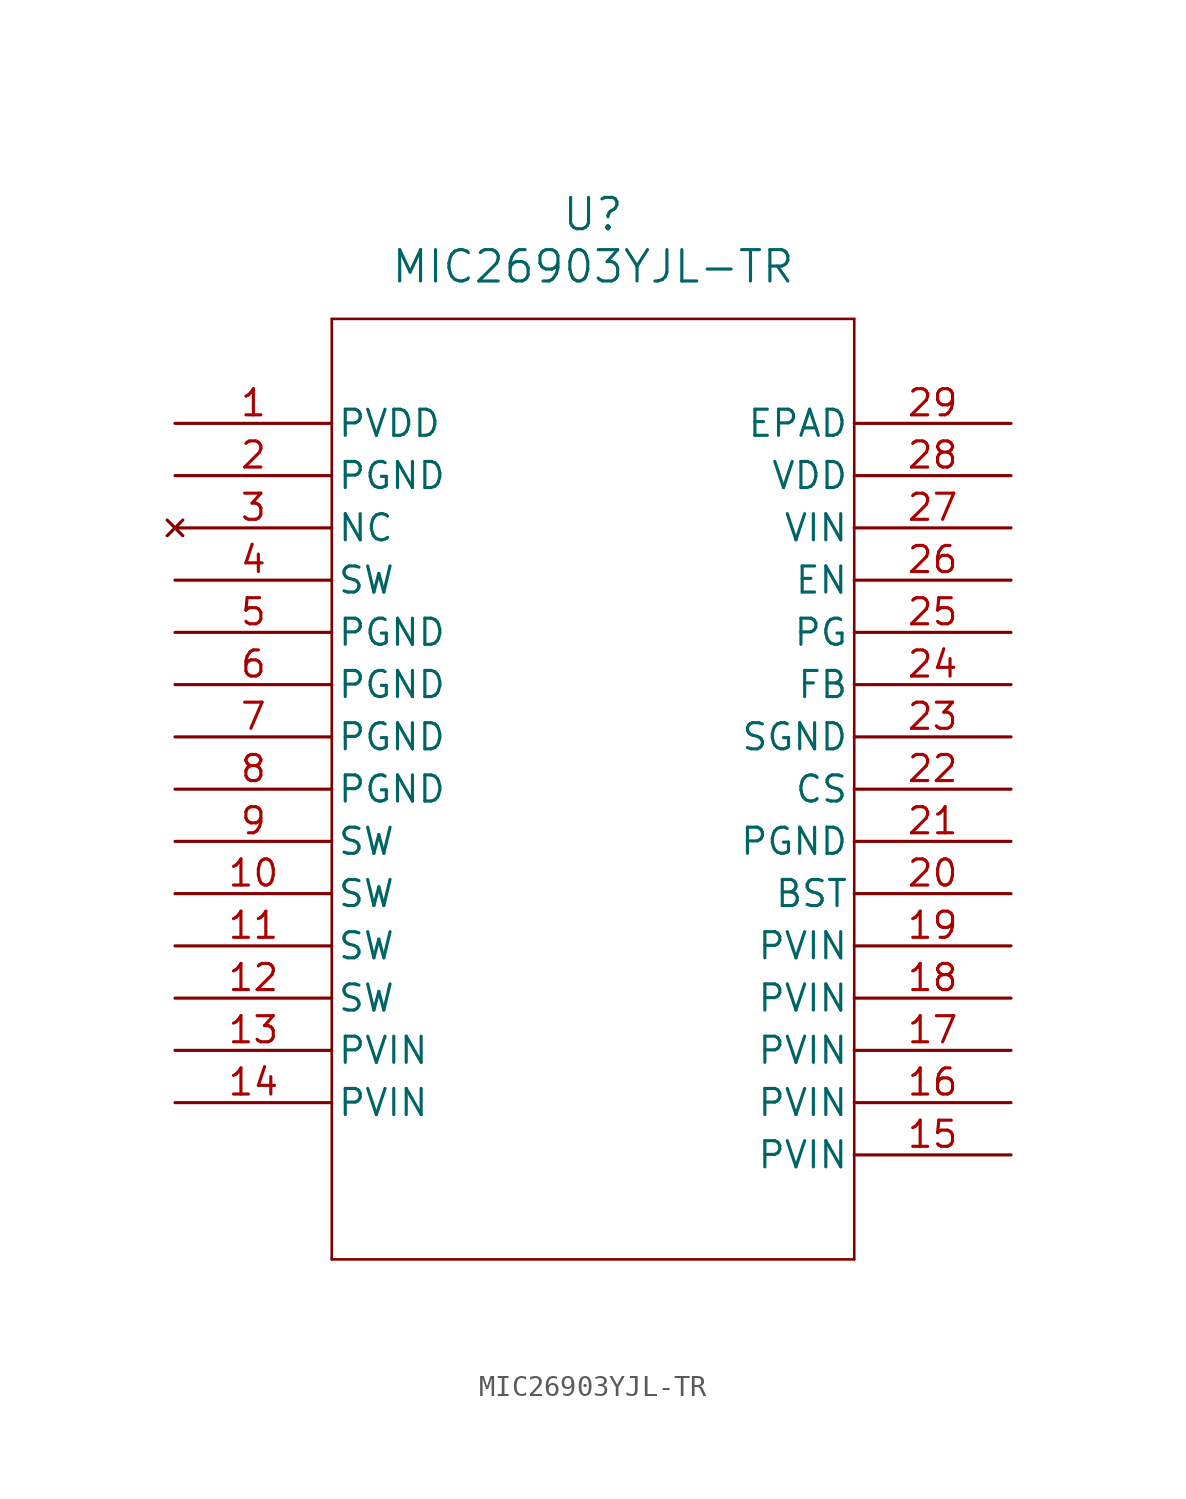
<source format=kicad_sym>
(kicad_symbol_lib
  (version 20231120)
  (generator "kicad_symbol_editor")
  (generator_version "8.0")
  (symbol "MIC26903YJL-TR"
    (pin_names
      (offset 0.254))
    (property "Reference" "U"
      (at 20.32 10.16 0)
      (effects (font (size 1.524 1.524))))
    (property "Value" "MIC26903YJL-TR"
      (at 20.32 7.62 0)
      (effects (font (size 1.524 1.524))))
    (symbol "MIC26903YJL-TR_0_1"
      (polyline (pts (xy 7.62 -40.64) (xy 33.02 -40.64)) (stroke (width 0.127) (type default)) (fill (type none)))
      (polyline (pts (xy 7.62 5.08) (xy 7.62 -40.64)) (stroke (width 0.127) (type default)) (fill (type none)))
      (polyline (pts (xy 33.02 -40.64) (xy 33.02 5.08)) (stroke (width 0.127) (type default)) (fill (type none)))
      (polyline (pts (xy 33.02 5.08) (xy 7.62 5.08)) (stroke (width 0.127) (type default)) (fill (type none)))
      (pin power_in line (at 0 0 0) (length 7.62) (name "PVDD" (effects (font (size 1.27 1.27)))) (number "1" (effects (font (size 1.27 1.27)))))
      (pin output line (at 0 -22.86 0) (length 7.62) (name "SW" (effects (font (size 1.27 1.27)))) (number "10" (effects (font (size 1.27 1.27)))))
      (pin output line (at 0 -25.4 0) (length 7.62) (name "SW" (effects (font (size 1.27 1.27)))) (number "11" (effects (font (size 1.27 1.27)))))
      (pin output line (at 0 -27.94 0) (length 7.62) (name "SW" (effects (font (size 1.27 1.27)))) (number "12" (effects (font (size 1.27 1.27)))))
      (pin input line (at 0 -30.48 0) (length 7.62) (name "PVIN" (effects (font (size 1.27 1.27)))) (number "13" (effects (font (size 1.27 1.27)))))
      (pin input line (at 0 -33.02 0) (length 7.62) (name "PVIN" (effects (font (size 1.27 1.27)))) (number "14" (effects (font (size 1.27 1.27)))))
      (pin input line (at 40.64 -35.56 180) (length 7.62) (name "PVIN" (effects (font (size 1.27 1.27)))) (number "15" (effects (font (size 1.27 1.27)))))
      (pin input line (at 40.64 -33.02 180) (length 7.62) (name "PVIN" (effects (font (size 1.27 1.27)))) (number "16" (effects (font (size 1.27 1.27)))))
      (pin input line (at 40.64 -30.48 180) (length 7.62) (name "PVIN" (effects (font (size 1.27 1.27)))) (number "17" (effects (font (size 1.27 1.27)))))
      (pin input line (at 40.64 -27.94 180) (length 7.62) (name "PVIN" (effects (font (size 1.27 1.27)))) (number "18" (effects (font (size 1.27 1.27)))))
      (pin input line (at 40.64 -25.4 180) (length 7.62) (name "PVIN" (effects (font (size 1.27 1.27)))) (number "19" (effects (font (size 1.27 1.27)))))
      (pin power_in line (at 0 -2.54 0) (length 7.62) (name "PGND" (effects (font (size 1.27 1.27)))) (number "2" (effects (font (size 1.27 1.27)))))
      (pin output line (at 40.64 -22.86 180) (length 7.62) (name "BST" (effects (font (size 1.27 1.27)))) (number "20" (effects (font (size 1.27 1.27)))))
      (pin power_in line (at 40.64 -20.32 180) (length 7.62) (name "PGND" (effects (font (size 1.27 1.27)))) (number "21" (effects (font (size 1.27 1.27)))))
      (pin input line (at 40.64 -17.78 180) (length 7.62) (name "CS" (effects (font (size 1.27 1.27)))) (number "22" (effects (font (size 1.27 1.27)))))
      (pin power_in line (at 40.64 -15.24 180) (length 7.62) (name "SGND" (effects (font (size 1.27 1.27)))) (number "23" (effects (font (size 1.27 1.27)))))
      (pin input line (at 40.64 -12.7 180) (length 7.62) (name "FB" (effects (font (size 1.27 1.27)))) (number "24" (effects (font (size 1.27 1.27)))))
      (pin output line (at 40.64 -10.16 180) (length 7.62) (name "PG" (effects (font (size 1.27 1.27)))) (number "25" (effects (font (size 1.27 1.27)))))
      (pin input line (at 40.64 -7.62 180) (length 7.62) (name "EN" (effects (font (size 1.27 1.27)))) (number "26" (effects (font (size 1.27 1.27)))))
      (pin input line (at 40.64 -5.08 180) (length 7.62) (name "VIN" (effects (font (size 1.27 1.27)))) (number "27" (effects (font (size 1.27 1.27)))))
      (pin power_in line (at 40.64 -2.54 180) (length 7.62) (name "VDD" (effects (font (size 1.27 1.27)))) (number "28" (effects (font (size 1.27 1.27)))))
      (pin unspecified line (at 40.64 0 180) (length 7.62) (name "EPAD" (effects (font (size 1.27 1.27)))) (number "29" (effects (font (size 1.27 1.27)))))
      (pin no_connect line (at 0 -5.08 0) (length 7.62) (name "NC" (effects (font (size 1.27 1.27)))) (number "3" (effects (font (size 1.27 1.27)))))
      (pin output line (at 0 -7.62 0) (length 7.62) (name "SW" (effects (font (size 1.27 1.27)))) (number "4" (effects (font (size 1.27 1.27)))))
      (pin power_in line (at 0 -10.16 0) (length 7.62) (name "PGND" (effects (font (size 1.27 1.27)))) (number "5" (effects (font (size 1.27 1.27)))))
      (pin power_in line (at 0 -12.7 0) (length 7.62) (name "PGND" (effects (font (size 1.27 1.27)))) (number "6" (effects (font (size 1.27 1.27)))))
      (pin power_in line (at 0 -15.24 0) (length 7.62) (name "PGND" (effects (font (size 1.27 1.27)))) (number "7" (effects (font (size 1.27 1.27)))))
      (pin power_in line (at 0 -17.78 0) (length 7.62) (name "PGND" (effects (font (size 1.27 1.27)))) (number "8" (effects (font (size 1.27 1.27)))))
      (pin output line (at 0 -20.32 0) (length 7.62) (name "SW" (effects (font (size 1.27 1.27)))) (number "9" (effects (font (size 1.27 1.27))))))))
</source>
